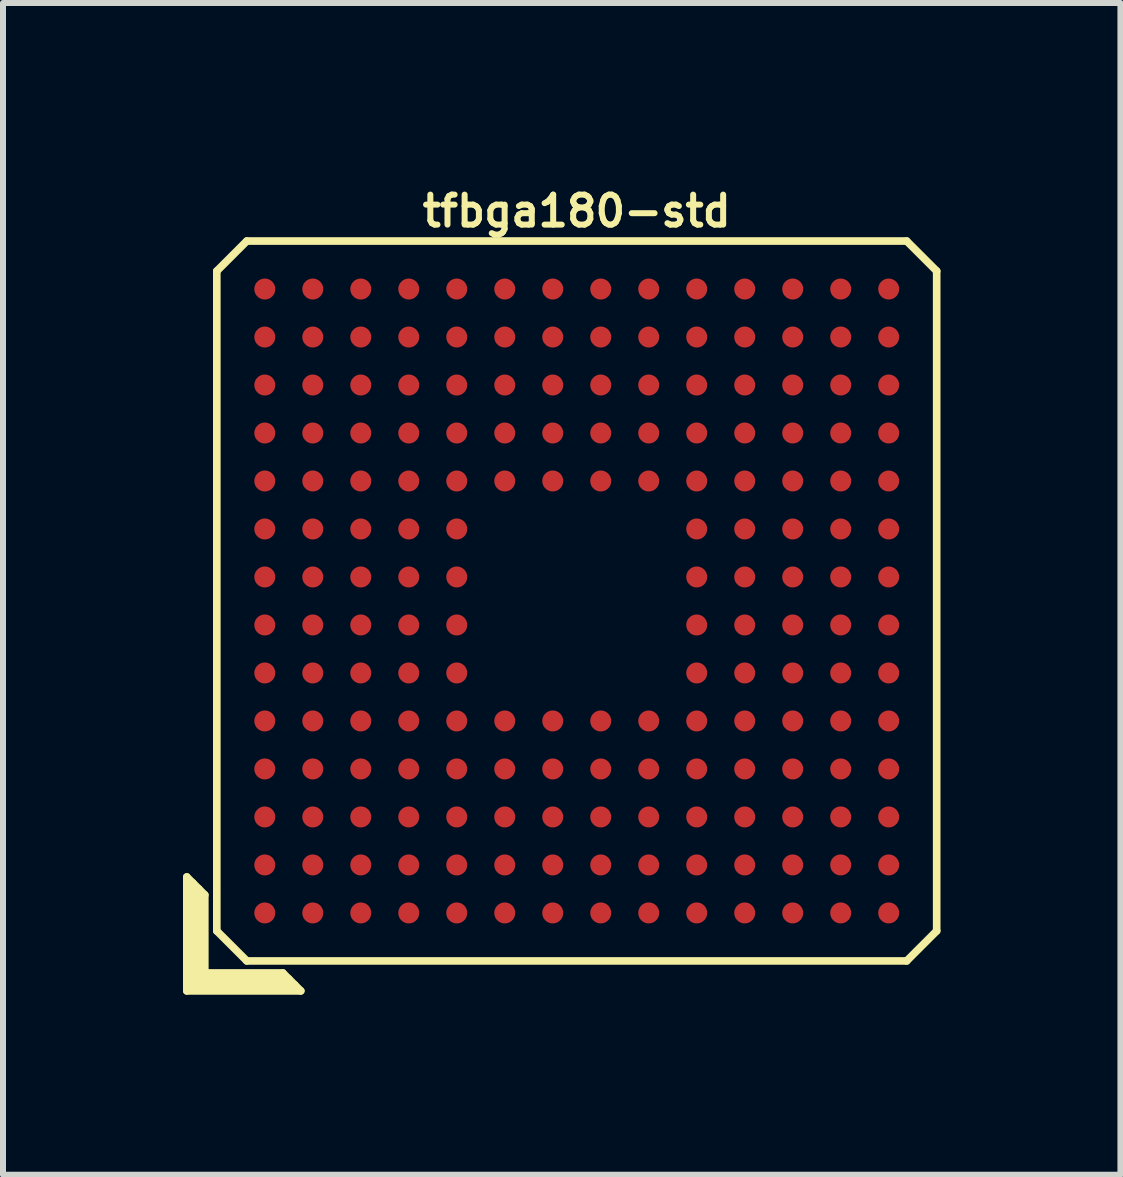
<source format=kicad_pcb>
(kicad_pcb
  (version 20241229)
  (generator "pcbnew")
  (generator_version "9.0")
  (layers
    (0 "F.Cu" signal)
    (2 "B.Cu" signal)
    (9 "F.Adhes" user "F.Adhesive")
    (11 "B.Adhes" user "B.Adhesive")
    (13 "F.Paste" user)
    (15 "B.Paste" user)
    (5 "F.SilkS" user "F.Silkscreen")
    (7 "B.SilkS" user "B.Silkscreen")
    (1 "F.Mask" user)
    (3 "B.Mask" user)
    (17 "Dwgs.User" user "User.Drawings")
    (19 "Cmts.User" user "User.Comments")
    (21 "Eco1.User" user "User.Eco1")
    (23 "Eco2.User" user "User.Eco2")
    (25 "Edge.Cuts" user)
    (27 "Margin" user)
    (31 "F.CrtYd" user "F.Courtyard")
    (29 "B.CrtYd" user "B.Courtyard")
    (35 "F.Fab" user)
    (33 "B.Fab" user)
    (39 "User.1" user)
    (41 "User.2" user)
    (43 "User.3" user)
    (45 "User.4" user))
  (footprint "tfbga180-std"
    (layer "F.Cu")
    (at 6.564 6.968)
    (property "Reference" "tfbga180-std" (at 0 -6.5 0) (layer "F.SilkS") (effects (font (size 0.5 0.5) (thickness 0.1))))
    (attr through_hole)
    (fp_line (start -6.5 4.6) (end -6.2 4.9) (stroke (width 0.127) (type solid)) (layer "F.SilkS"))
    (fp_line (start -6.5 6.5) (end -6.5 4.6) (stroke (width 0.127) (type solid)) (layer "F.SilkS"))
    (fp_line (start -6.4 6.4) (end -6.4 4.7) (stroke (width 0.127) (type solid)) (layer "F.SilkS"))
    (fp_line (start -6.3 4.8) (end -6.3 6.3) (stroke (width 0.127) (type solid)) (layer "F.SilkS"))
    (fp_line (start -6.3 6.3) (end -4.8 6.3) (stroke (width 0.127) (type solid)) (layer "F.SilkS"))
    (fp_line (start -6.2 4.9) (end -6.2 6.2) (stroke (width 0.127) (type solid)) (layer "F.SilkS"))
    (fp_line (start -6.2 6.2) (end -4.9 6.2) (stroke (width 0.127) (type solid)) (layer "F.SilkS"))
    (fp_line (start -6 -5.5) (end -5.5 -6) (stroke (width 0.127) (type solid)) (layer "F.SilkS"))
    (fp_line (start -6 5.5) (end -6 -5.5) (stroke (width 0.127) (type solid)) (layer "F.SilkS"))
    (fp_line (start -5.5 -6) (end 5.5 -6) (stroke (width 0.127) (type solid)) (layer "F.SilkS"))
    (fp_line (start -5.5 6) (end -6 5.5) (stroke (width 0.127) (type solid)) (layer "F.SilkS"))
    (fp_line (start -4.9 6.2) (end -4.6 6.5) (stroke (width 0.127) (type solid)) (layer "F.SilkS"))
    (fp_line (start -4.7 6.4) (end -6.4 6.4) (stroke (width 0.127) (type solid)) (layer "F.SilkS"))
    (fp_line (start -4.6 6.5) (end -6.5 6.5) (stroke (width 0.127) (type solid)) (layer "F.SilkS"))
    (fp_line (start 5.5 -6) (end 6 -5.5) (stroke (width 0.127) (type solid)) (layer "F.SilkS"))
    (fp_line (start 5.5 6) (end -5.5 6) (stroke (width 0.127) (type solid)) (layer "F.SilkS"))
    (fp_line (start 6 -5.5) (end 6 5.5) (stroke (width 0.127) (type solid)) (layer "F.SilkS"))
    (fp_line (start 6 5.5) (end 5.5 6) (stroke (width 0.127) (type solid)) (layer "F.SilkS"))
    (pad "A1" smd circle (at -5.2 5.2) (size 0.35 0.35) (layers "F.Cu" "F.Mask" "F.Paste"))
    (pad "A2" smd circle (at -5.2 4.4) (size 0.35 0.35) (layers "F.Cu" "F.Mask" "F.Paste"))
    (pad "A3" smd circle (at -5.2 3.6) (size 0.35 0.35) (layers "F.Cu" "F.Mask" "F.Paste"))
    (pad "A4" smd circle (at -5.2 2.8) (size 0.35 0.35) (layers "F.Cu" "F.Mask" "F.Paste"))
    (pad "A5" smd circle (at -5.2 2) (size 0.35 0.35) (layers "F.Cu" "F.Mask" "F.Paste"))
    (pad "A6" smd circle (at -5.2 1.2) (size 0.35 0.35) (layers "F.Cu" "F.Mask" "F.Paste"))
    (pad "A7" smd circle (at -5.2 0.4) (size 0.35 0.35) (layers "F.Cu" "F.Mask" "F.Paste"))
    (pad "A8" smd circle (at -5.2 -0.4) (size 0.35 0.35) (layers "F.Cu" "F.Mask" "F.Paste"))
    (pad "A9" smd circle (at -5.2 -1.2) (size 0.35 0.35) (layers "F.Cu" "F.Mask" "F.Paste"))
    (pad "A10" smd circle (at -5.2 -2) (size 0.35 0.35) (layers "F.Cu" "F.Mask" "F.Paste"))
    (pad "A11" smd circle (at -5.2 -2.8) (size 0.35 0.35) (layers "F.Cu" "F.Mask" "F.Paste"))
    (pad "A12" smd circle (at -5.2 -3.6) (size 0.35 0.35) (layers "F.Cu" "F.Mask" "F.Paste"))
    (pad "A13" smd circle (at -5.2 -4.4) (size 0.35 0.35) (layers "F.Cu" "F.Mask" "F.Paste"))
    (pad "A14" smd circle (at -5.2 -5.2) (size 0.35 0.35) (layers "F.Cu" "F.Mask" "F.Paste"))
    (pad "B1" smd circle (at -4.4 5.2) (size 0.35 0.35) (layers "F.Cu" "F.Mask" "F.Paste"))
    (pad "B2" smd circle (at -4.4 4.4) (size 0.35 0.35) (layers "F.Cu" "F.Mask" "F.Paste"))
    (pad "B3" smd circle (at -4.4 3.6) (size 0.35 0.35) (layers "F.Cu" "F.Mask" "F.Paste"))
    (pad "B4" smd circle (at -4.4 2.8) (size 0.35 0.35) (layers "F.Cu" "F.Mask" "F.Paste"))
    (pad "B5" smd circle (at -4.4 2) (size 0.35 0.35) (layers "F.Cu" "F.Mask" "F.Paste"))
    (pad "B6" smd circle (at -4.4 1.2) (size 0.35 0.35) (layers "F.Cu" "F.Mask" "F.Paste"))
    (pad "B7" smd circle (at -4.4 0.4) (size 0.35 0.35) (layers "F.Cu" "F.Mask" "F.Paste"))
    (pad "B8" smd circle (at -4.4 -0.4) (size 0.35 0.35) (layers "F.Cu" "F.Mask" "F.Paste"))
    (pad "B9" smd circle (at -4.4 -1.2) (size 0.35 0.35) (layers "F.Cu" "F.Mask" "F.Paste"))
    (pad "B10" smd circle (at -4.4 -2) (size 0.35 0.35) (layers "F.Cu" "F.Mask" "F.Paste"))
    (pad "B11" smd circle (at -4.4 -2.8) (size 0.35 0.35) (layers "F.Cu" "F.Mask" "F.Paste"))
    (pad "B12" smd circle (at -4.4 -3.6) (size 0.35 0.35) (layers "F.Cu" "F.Mask" "F.Paste"))
    (pad "B13" smd circle (at -4.4 -4.4) (size 0.35 0.35) (layers "F.Cu" "F.Mask" "F.Paste"))
    (pad "B14" smd circle (at -4.4 -5.2) (size 0.35 0.35) (layers "F.Cu" "F.Mask" "F.Paste"))
    (pad "C1" smd circle (at -3.6 5.2) (size 0.35 0.35) (layers "F.Cu" "F.Mask" "F.Paste"))
    (pad "C2" smd circle (at -3.6 4.4) (size 0.35 0.35) (layers "F.Cu" "F.Mask" "F.Paste"))
    (pad "C3" smd circle (at -3.6 3.6) (size 0.35 0.35) (layers "F.Cu" "F.Mask" "F.Paste"))
    (pad "C4" smd circle (at -3.6 2.8) (size 0.35 0.35) (layers "F.Cu" "F.Mask" "F.Paste"))
    (pad "C5" smd circle (at -3.6 2) (size 0.35 0.35) (layers "F.Cu" "F.Mask" "F.Paste"))
    (pad "C6" smd circle (at -3.6 1.2) (size 0.35 0.35) (layers "F.Cu" "F.Mask" "F.Paste"))
    (pad "C7" smd circle (at -3.6 0.4) (size 0.35 0.35) (layers "F.Cu" "F.Mask" "F.Paste"))
    (pad "C8" smd circle (at -3.6 -0.4) (size 0.35 0.35) (layers "F.Cu" "F.Mask" "F.Paste"))
    (pad "C9" smd circle (at -3.6 -1.2) (size 0.35 0.35) (layers "F.Cu" "F.Mask" "F.Paste"))
    (pad "C10" smd circle (at -3.6 -2) (size 0.35 0.35) (layers "F.Cu" "F.Mask" "F.Paste"))
    (pad "C11" smd circle (at -3.6 -2.8) (size 0.35 0.35) (layers "F.Cu" "F.Mask" "F.Paste"))
    (pad "C12" smd circle (at -3.6 -3.6) (size 0.35 0.35) (layers "F.Cu" "F.Mask" "F.Paste"))
    (pad "C13" smd circle (at -3.6 -4.4) (size 0.35 0.35) (layers "F.Cu" "F.Mask" "F.Paste"))
    (pad "C14" smd circle (at -3.6 -5.2) (size 0.35 0.35) (layers "F.Cu" "F.Mask" "F.Paste"))
    (pad "D1" smd circle (at -2.8 5.2) (size 0.35 0.35) (layers "F.Cu" "F.Mask" "F.Paste"))
    (pad "D2" smd circle (at -2.8 4.4) (size 0.35 0.35) (layers "F.Cu" "F.Mask" "F.Paste"))
    (pad "D3" smd circle (at -2.8 3.6) (size 0.35 0.35) (layers "F.Cu" "F.Mask" "F.Paste"))
    (pad "D4" smd circle (at -2.8 2.8) (size 0.35 0.35) (layers "F.Cu" "F.Mask" "F.Paste"))
    (pad "D5" smd circle (at -2.8 2) (size 0.35 0.35) (layers "F.Cu" "F.Mask" "F.Paste"))
    (pad "D6" smd circle (at -2.8 1.2) (size 0.35 0.35) (layers "F.Cu" "F.Mask" "F.Paste"))
    (pad "D7" smd circle (at -2.8 0.4) (size 0.35 0.35) (layers "F.Cu" "F.Mask" "F.Paste"))
    (pad "D8" smd circle (at -2.8 -0.4) (size 0.35 0.35) (layers "F.Cu" "F.Mask" "F.Paste"))
    (pad "D9" smd circle (at -2.8 -1.2) (size 0.35 0.35) (layers "F.Cu" "F.Mask" "F.Paste"))
    (pad "D10" smd circle (at -2.8 -2) (size 0.35 0.35) (layers "F.Cu" "F.Mask" "F.Paste"))
    (pad "D11" smd circle (at -2.8 -2.8) (size 0.35 0.35) (layers "F.Cu" "F.Mask" "F.Paste"))
    (pad "D12" smd circle (at -2.8 -3.6) (size 0.35 0.35) (layers "F.Cu" "F.Mask" "F.Paste"))
    (pad "D13" smd circle (at -2.8 -4.4) (size 0.35 0.35) (layers "F.Cu" "F.Mask" "F.Paste"))
    (pad "D14" smd circle (at -2.8 -5.2) (size 0.35 0.35) (layers "F.Cu" "F.Mask" "F.Paste"))
    (pad "E1" smd circle (at -2 5.2) (size 0.35 0.35) (layers "F.Cu" "F.Mask" "F.Paste"))
    (pad "E2" smd circle (at -2 4.4) (size 0.35 0.35) (layers "F.Cu" "F.Mask" "F.Paste"))
    (pad "E3" smd circle (at -2 3.6) (size 0.35 0.35) (layers "F.Cu" "F.Mask" "F.Paste"))
    (pad "E4" smd circle (at -2 2.8) (size 0.35 0.35) (layers "F.Cu" "F.Mask" "F.Paste"))
    (pad "E5" smd circle (at -2 2) (size 0.35 0.35) (layers "F.Cu" "F.Mask" "F.Paste"))
    (pad "E6" smd circle (at -2 1.2) (size 0.35 0.35) (layers "F.Cu" "F.Mask" "F.Paste"))
    (pad "E7" smd circle (at -2 0.4) (size 0.35 0.35) (layers "F.Cu" "F.Mask" "F.Paste"))
    (pad "E8" smd circle (at -2 -0.4) (size 0.35 0.35) (layers "F.Cu" "F.Mask" "F.Paste"))
    (pad "E9" smd circle (at -2 -1.2) (size 0.35 0.35) (layers "F.Cu" "F.Mask" "F.Paste"))
    (pad "E10" smd circle (at -2 -2) (size 0.35 0.35) (layers "F.Cu" "F.Mask" "F.Paste"))
    (pad "E11" smd circle (at -2 -2.8) (size 0.35 0.35) (layers "F.Cu" "F.Mask" "F.Paste"))
    (pad "E12" smd circle (at -2 -3.6) (size 0.35 0.35) (layers "F.Cu" "F.Mask" "F.Paste"))
    (pad "E13" smd circle (at -2 -4.4) (size 0.35 0.35) (layers "F.Cu" "F.Mask" "F.Paste"))
    (pad "E14" smd circle (at -2 -5.2) (size 0.35 0.35) (layers "F.Cu" "F.Mask" "F.Paste"))
    (pad "F1" smd circle (at -1.2 5.2) (size 0.35 0.35) (layers "F.Cu" "F.Mask" "F.Paste"))
    (pad "F2" smd circle (at -1.2 4.4) (size 0.35 0.35) (layers "F.Cu" "F.Mask" "F.Paste"))
    (pad "F3" smd circle (at -1.2 3.6) (size 0.35 0.35) (layers "F.Cu" "F.Mask" "F.Paste"))
    (pad "F4" smd circle (at -1.2 2.8) (size 0.35 0.35) (layers "F.Cu" "F.Mask" "F.Paste"))
    (pad "F5" smd circle (at -1.2 2) (size 0.35 0.35) (layers "F.Cu" "F.Mask" "F.Paste"))
    (pad "F10" smd circle (at -1.2 -2) (size 0.35 0.35) (layers "F.Cu" "F.Mask" "F.Paste"))
    (pad "F11" smd circle (at -1.2 -2.8) (size 0.35 0.35) (layers "F.Cu" "F.Mask" "F.Paste"))
    (pad "F12" smd circle (at -1.2 -3.6) (size 0.35 0.35) (layers "F.Cu" "F.Mask" "F.Paste"))
    (pad "F13" smd circle (at -1.2 -4.4) (size 0.35 0.35) (layers "F.Cu" "F.Mask" "F.Paste"))
    (pad "F14" smd circle (at -1.2 -5.2) (size 0.35 0.35) (layers "F.Cu" "F.Mask" "F.Paste"))
    (pad "G1" smd circle (at -0.4 5.2) (size 0.35 0.35) (layers "F.Cu" "F.Mask" "F.Paste"))
    (pad "G2" smd circle (at -0.4 4.4) (size 0.35 0.35) (layers "F.Cu" "F.Mask" "F.Paste"))
    (pad "G3" smd circle (at -0.4 3.6) (size 0.35 0.35) (layers "F.Cu" "F.Mask" "F.Paste"))
    (pad "G4" smd circle (at -0.4 2.8) (size 0.35 0.35) (layers "F.Cu" "F.Mask" "F.Paste"))
    (pad "G5" smd circle (at -0.4 2) (size 0.35 0.35) (layers "F.Cu" "F.Mask" "F.Paste"))
    (pad "G10" smd circle (at -0.4 -2) (size 0.35 0.35) (layers "F.Cu" "F.Mask" "F.Paste"))
    (pad "G11" smd circle (at -0.4 -2.8) (size 0.35 0.35) (layers "F.Cu" "F.Mask" "F.Paste"))
    (pad "G12" smd circle (at -0.4 -3.6) (size 0.35 0.35) (layers "F.Cu" "F.Mask" "F.Paste"))
    (pad "G13" smd circle (at -0.4 -4.4) (size 0.35 0.35) (layers "F.Cu" "F.Mask" "F.Paste"))
    (pad "G14" smd circle (at -0.4 -5.2) (size 0.35 0.35) (layers "F.Cu" "F.Mask" "F.Paste"))
    (pad "H1" smd circle (at 0.4 5.2) (size 0.35 0.35) (layers "F.Cu" "F.Mask" "F.Paste"))
    (pad "H2" smd circle (at 0.4 4.4) (size 0.35 0.35) (layers "F.Cu" "F.Mask" "F.Paste"))
    (pad "H3" smd circle (at 0.4 3.6) (size 0.35 0.35) (layers "F.Cu" "F.Mask" "F.Paste"))
    (pad "H4" smd circle (at 0.4 2.8) (size 0.35 0.35) (layers "F.Cu" "F.Mask" "F.Paste"))
    (pad "H5" smd circle (at 0.4 2) (size 0.35 0.35) (layers "F.Cu" "F.Mask" "F.Paste"))
    (pad "H10" smd circle (at 0.4 -2) (size 0.35 0.35) (layers "F.Cu" "F.Mask" "F.Paste"))
    (pad "H11" smd circle (at 0.4 -2.8) (size 0.35 0.35) (layers "F.Cu" "F.Mask" "F.Paste"))
    (pad "H12" smd circle (at 0.4 -3.6) (size 0.35 0.35) (layers "F.Cu" "F.Mask" "F.Paste"))
    (pad "H13" smd circle (at 0.4 -4.4) (size 0.35 0.35) (layers "F.Cu" "F.Mask" "F.Paste"))
    (pad "H14" smd circle (at 0.4 -5.2) (size 0.35 0.35) (layers "F.Cu" "F.Mask" "F.Paste"))
    (pad "J1" smd circle (at 1.2 5.2) (size 0.35 0.35) (layers "F.Cu" "F.Mask" "F.Paste"))
    (pad "J2" smd circle (at 1.2 4.4) (size 0.35 0.35) (layers "F.Cu" "F.Mask" "F.Paste"))
    (pad "J3" smd circle (at 1.2 3.6) (size 0.35 0.35) (layers "F.Cu" "F.Mask" "F.Paste"))
    (pad "J4" smd circle (at 1.2 2.8) (size 0.35 0.35) (layers "F.Cu" "F.Mask" "F.Paste"))
    (pad "J5" smd circle (at 1.2 2) (size 0.35 0.35) (layers "F.Cu" "F.Mask" "F.Paste"))
    (pad "J10" smd circle (at 1.2 -2) (size 0.35 0.35) (layers "F.Cu" "F.Mask" "F.Paste"))
    (pad "J11" smd circle (at 1.2 -2.8) (size 0.35 0.35) (layers "F.Cu" "F.Mask" "F.Paste"))
    (pad "J12" smd circle (at 1.2 -3.6) (size 0.35 0.35) (layers "F.Cu" "F.Mask" "F.Paste"))
    (pad "J13" smd circle (at 1.2 -4.4) (size 0.35 0.35) (layers "F.Cu" "F.Mask" "F.Paste"))
    (pad "J14" smd circle (at 1.2 -5.2) (size 0.35 0.35) (layers "F.Cu" "F.Mask" "F.Paste"))
    (pad "K1" smd circle (at 2 5.2) (size 0.35 0.35) (layers "F.Cu" "F.Mask" "F.Paste"))
    (pad "K2" smd circle (at 2 4.4) (size 0.35 0.35) (layers "F.Cu" "F.Mask" "F.Paste"))
    (pad "K3" smd circle (at 2 3.6) (size 0.35 0.35) (layers "F.Cu" "F.Mask" "F.Paste"))
    (pad "K4" smd circle (at 2 2.8) (size 0.35 0.35) (layers "F.Cu" "F.Mask" "F.Paste"))
    (pad "K5" smd circle (at 2 2) (size 0.35 0.35) (layers "F.Cu" "F.Mask" "F.Paste"))
    (pad "K6" smd circle (at 2 1.2) (size 0.35 0.35) (layers "F.Cu" "F.Mask" "F.Paste"))
    (pad "K7" smd circle (at 2 0.4) (size 0.35 0.35) (layers "F.Cu" "F.Mask" "F.Paste"))
    (pad "K8" smd circle (at 2 -0.4) (size 0.35 0.35) (layers "F.Cu" "F.Mask" "F.Paste"))
    (pad "K9" smd circle (at 2 -1.2) (size 0.35 0.35) (layers "F.Cu" "F.Mask" "F.Paste"))
    (pad "K10" smd circle (at 2 -2) (size 0.35 0.35) (layers "F.Cu" "F.Mask" "F.Paste"))
    (pad "K11" smd circle (at 2 -2.8) (size 0.35 0.35) (layers "F.Cu" "F.Mask" "F.Paste"))
    (pad "K12" smd circle (at 2 -3.6) (size 0.35 0.35) (layers "F.Cu" "F.Mask" "F.Paste"))
    (pad "K13" smd circle (at 2 -4.4) (size 0.35 0.35) (layers "F.Cu" "F.Mask" "F.Paste"))
    (pad "K14" smd circle (at 2 -5.2) (size 0.35 0.35) (layers "F.Cu" "F.Mask" "F.Paste"))
    (pad "L1" smd circle (at 2.8 5.2) (size 0.35 0.35) (layers "F.Cu" "F.Mask" "F.Paste"))
    (pad "L2" smd circle (at 2.8 4.4) (size 0.35 0.35) (layers "F.Cu" "F.Mask" "F.Paste"))
    (pad "L3" smd circle (at 2.8 3.6) (size 0.35 0.35) (layers "F.Cu" "F.Mask" "F.Paste"))
    (pad "L4" smd circle (at 2.8 2.8) (size 0.35 0.35) (layers "F.Cu" "F.Mask" "F.Paste"))
    (pad "L5" smd circle (at 2.8 2) (size 0.35 0.35) (layers "F.Cu" "F.Mask" "F.Paste"))
    (pad "L6" smd circle (at 2.8 1.2) (size 0.35 0.35) (layers "F.Cu" "F.Mask" "F.Paste"))
    (pad "L7" smd circle (at 2.8 0.4) (size 0.35 0.35) (layers "F.Cu" "F.Mask" "F.Paste"))
    (pad "L8" smd circle (at 2.8 -0.4) (size 0.35 0.35) (layers "F.Cu" "F.Mask" "F.Paste"))
    (pad "L9" smd circle (at 2.8 -1.2) (size 0.35 0.35) (layers "F.Cu" "F.Mask" "F.Paste"))
    (pad "L10" smd circle (at 2.8 -2) (size 0.35 0.35) (layers "F.Cu" "F.Mask" "F.Paste"))
    (pad "L11" smd circle (at 2.8 -2.8) (size 0.35 0.35) (layers "F.Cu" "F.Mask" "F.Paste"))
    (pad "L12" smd circle (at 2.8 -3.6) (size 0.35 0.35) (layers "F.Cu" "F.Mask" "F.Paste"))
    (pad "L13" smd circle (at 2.8 -4.4) (size 0.35 0.35) (layers "F.Cu" "F.Mask" "F.Paste"))
    (pad "L14" smd circle (at 2.8 -5.2) (size 0.35 0.35) (layers "F.Cu" "F.Mask" "F.Paste"))
    (pad "M1" smd circle (at 3.6 5.2) (size 0.35 0.35) (layers "F.Cu" "F.Mask" "F.Paste"))
    (pad "M2" smd circle (at 3.6 4.4) (size 0.35 0.35) (layers "F.Cu" "F.Mask" "F.Paste"))
    (pad "M3" smd circle (at 3.6 3.6) (size 0.35 0.35) (layers "F.Cu" "F.Mask" "F.Paste"))
    (pad "M4" smd circle (at 3.6 2.8) (size 0.35 0.35) (layers "F.Cu" "F.Mask" "F.Paste"))
    (pad "M5" smd circle (at 3.6 2) (size 0.35 0.35) (layers "F.Cu" "F.Mask" "F.Paste"))
    (pad "M6" smd circle (at 3.6 1.2) (size 0.35 0.35) (layers "F.Cu" "F.Mask" "F.Paste"))
    (pad "M7" smd circle (at 3.6 0.4) (size 0.35 0.35) (layers "F.Cu" "F.Mask" "F.Paste"))
    (pad "M8" smd circle (at 3.6 -0.4) (size 0.35 0.35) (layers "F.Cu" "F.Mask" "F.Paste"))
    (pad "M9" smd circle (at 3.6 -1.2) (size 0.35 0.35) (layers "F.Cu" "F.Mask" "F.Paste"))
    (pad "M10" smd circle (at 3.6 -2) (size 0.35 0.35) (layers "F.Cu" "F.Mask" "F.Paste"))
    (pad "M11" smd circle (at 3.6 -2.8) (size 0.35 0.35) (layers "F.Cu" "F.Mask" "F.Paste"))
    (pad "M12" smd circle (at 3.6 -3.6) (size 0.35 0.35) (layers "F.Cu" "F.Mask" "F.Paste"))
    (pad "M13" smd circle (at 3.6 -4.4) (size 0.35 0.35) (layers "F.Cu" "F.Mask" "F.Paste"))
    (pad "M14" smd circle (at 3.6 -5.2) (size 0.35 0.35) (layers "F.Cu" "F.Mask" "F.Paste"))
    (pad "N1" smd circle (at 4.4 5.2) (size 0.35 0.35) (layers "F.Cu" "F.Mask" "F.Paste"))
    (pad "N2" smd circle (at 4.4 4.4) (size 0.35 0.35) (layers "F.Cu" "F.Mask" "F.Paste"))
    (pad "N3" smd circle (at 4.4 3.6) (size 0.35 0.35) (layers "F.Cu" "F.Mask" "F.Paste"))
    (pad "N4" smd circle (at 4.4 2.8) (size 0.35 0.35) (layers "F.Cu" "F.Mask" "F.Paste"))
    (pad "N5" smd circle (at 4.4 2) (size 0.35 0.35) (layers "F.Cu" "F.Mask" "F.Paste"))
    (pad "N6" smd circle (at 4.4 1.2) (size 0.35 0.35) (layers "F.Cu" "F.Mask" "F.Paste"))
    (pad "N7" smd circle (at 4.4 0.4) (size 0.35 0.35) (layers "F.Cu" "F.Mask" "F.Paste"))
    (pad "N8" smd circle (at 4.4 -0.4) (size 0.35 0.35) (layers "F.Cu" "F.Mask" "F.Paste"))
    (pad "N9" smd circle (at 4.4 -1.2) (size 0.35 0.35) (layers "F.Cu" "F.Mask" "F.Paste"))
    (pad "N10" smd circle (at 4.4 -2) (size 0.35 0.35) (layers "F.Cu" "F.Mask" "F.Paste"))
    (pad "N11" smd circle (at 4.4 -2.8) (size 0.35 0.35) (layers "F.Cu" "F.Mask" "F.Paste"))
    (pad "N12" smd circle (at 4.4 -3.6) (size 0.35 0.35) (layers "F.Cu" "F.Mask" "F.Paste"))
    (pad "N13" smd circle (at 4.4 -4.4) (size 0.35 0.35) (layers "F.Cu" "F.Mask" "F.Paste"))
    (pad "N14" smd circle (at 4.4 -5.2) (size 0.35 0.35) (layers "F.Cu" "F.Mask" "F.Paste"))
    (pad "P1" smd circle (at 5.2 5.2) (size 0.35 0.35) (layers "F.Cu" "F.Mask" "F.Paste"))
    (pad "P2" smd circle (at 5.2 4.4) (size 0.35 0.35) (layers "F.Cu" "F.Mask" "F.Paste"))
    (pad "P3" smd circle (at 5.2 3.6) (size 0.35 0.35) (layers "F.Cu" "F.Mask" "F.Paste"))
    (pad "P4" smd circle (at 5.2 2.8) (size 0.35 0.35) (layers "F.Cu" "F.Mask" "F.Paste"))
    (pad "P5" smd circle (at 5.2 2) (size 0.35 0.35) (layers "F.Cu" "F.Mask" "F.Paste"))
    (pad "P6" smd circle (at 5.2 1.2) (size 0.35 0.35) (layers "F.Cu" "F.Mask" "F.Paste"))
    (pad "P7" smd circle (at 5.2 0.4) (size 0.35 0.35) (layers "F.Cu" "F.Mask" "F.Paste"))
    (pad "P8" smd circle (at 5.2 -0.4) (size 0.35 0.35) (layers "F.Cu" "F.Mask" "F.Paste"))
    (pad "P9" smd circle (at 5.2 -1.2) (size 0.35 0.35) (layers "F.Cu" "F.Mask" "F.Paste"))
    (pad "P10" smd circle (at 5.2 -2) (size 0.35 0.35) (layers "F.Cu" "F.Mask" "F.Paste"))
    (pad "P11" smd circle (at 5.2 -2.8) (size 0.35 0.35) (layers "F.Cu" "F.Mask" "F.Paste"))
    (pad "P12" smd circle (at 5.2 -3.6) (size 0.35 0.35) (layers "F.Cu" "F.Mask" "F.Paste"))
    (pad "P13" smd circle (at 5.2 -4.4) (size 0.35 0.35) (layers "F.Cu" "F.Mask" "F.Paste"))
    (pad "P14" smd circle (at 5.2 -5.2) (size 0.35 0.35) (layers "F.Cu" "F.Mask" "F.Paste")))
  (gr_rect
    (start -3 -3)
    (end 15.627 16.532)
    (stroke (width 0.1) (type default))
    (fill no)
    (layer "Edge.Cuts")))
</source>
